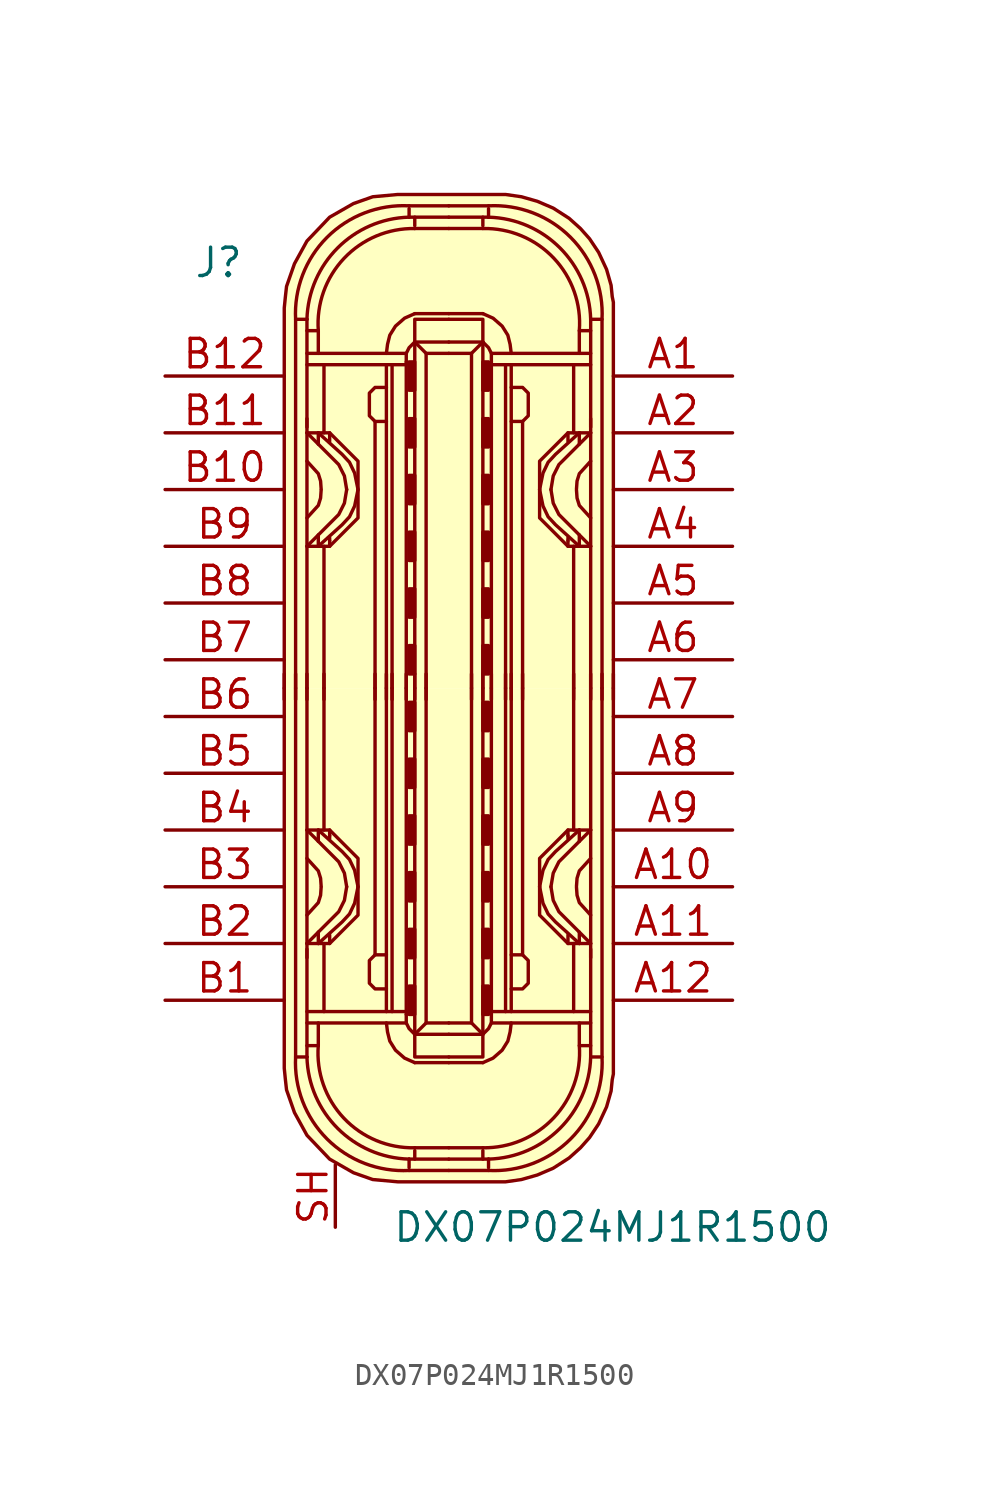
<source format=kicad_sym>
(kicad_symbol_lib
  (version 20211014)
  (generator kicad_symbol_editor)
  (symbol "DX07P024MJ1R1500"
    (pin_names
      (offset 1.016))
    (property "Reference" "J"
      (at -11.43 19.05 0)
      (effects (font (size 1.27 1.27)) (justify left)))
    (property "Value" "DX07P024MJ1R1500"
      (at -2.54 -24.13 0)
      (effects (font (size 1.27 1.27)) (justify left)))
    (symbol "DX07P024MJ1R1500_1_1"
      (arc (start -6.858 -16.51) (mid -5.4492 -20.1812) (end -1.778 -21.59) (stroke (width 0) (type default) (color 0 0 0 0)) (fill (type none)))
      (arc (start -6.35 -16.51) (mid -4.9749 -19.7069) (end -1.778 -21.082) (stroke (width 0) (type default) (color 0 0 0 0)) (fill (type none)))
      (arc (start -5.842 -16.002) (mid -4.6972 -19.2495) (end -1.524 -20.574) (stroke (width 0) (type default) (color 0 0 0 0)) (fill (type none)))
      (rectangle (start -1.778 -14.605) (end -1.524 -13.335) (stroke (width 0) (type default) (color 0 0 0 0)) (fill (type outline)))
      (rectangle (start -1.778 -12.065) (end -1.524 -10.795) (stroke (width 0) (type default) (color 0 0 0 0)) (fill (type outline)))
      (rectangle (start -1.778 -9.525) (end -1.524 -8.255) (stroke (width 0) (type default) (color 0 0 0 0)) (fill (type outline)))
      (rectangle (start -1.778 -6.985) (end -1.524 -5.715) (stroke (width 0) (type default) (color 0 0 0 0)) (fill (type outline)))
      (rectangle (start -1.778 -4.445) (end -1.524 -3.175) (stroke (width 0) (type default) (color 0 0 0 0)) (fill (type outline)))
      (rectangle (start -1.778 -1.905) (end -1.524 -0.635) (stroke (width 0) (type default) (color 0 0 0 0)) (fill (type outline)))
      (rectangle (start -1.778 1.905) (end -1.524 0.635) (stroke (width 0) (type default) (color 0 0 0 0)) (fill (type outline)))
      (rectangle (start -1.778 4.445) (end -1.524 3.175) (stroke (width 0) (type default) (color 0 0 0 0)) (fill (type outline)))
      (rectangle (start -1.778 6.985) (end -1.524 5.715) (stroke (width 0) (type default) (color 0 0 0 0)) (fill (type outline)))
      (rectangle (start -1.778 9.525) (end -1.524 8.255) (stroke (width 0) (type default) (color 0 0 0 0)) (fill (type outline)))
      (rectangle (start -1.778 12.065) (end -1.524 10.795) (stroke (width 0) (type default) (color 0 0 0 0)) (fill (type outline)))
      (rectangle (start -1.778 14.605) (end -1.524 13.335) (stroke (width 0) (type default) (color 0 0 0 0)) (fill (type outline)))
      (arc (start -1.778 21.082) (mid -4.9749 19.7069) (end -6.35 16.51) (stroke (width 0) (type default) (color 0 0 0 0)) (fill (type none)))
      (arc (start -1.778 21.59) (mid -5.4492 20.1812) (end -6.858 16.51) (stroke (width 0) (type default) (color 0 0 0 0)) (fill (type none)))
      (arc (start -1.524 20.574) (mid -4.6883 19.2412) (end -5.842 16.002) (stroke (width 0) (type default) (color 0 0 0 0)) (fill (type none)))
      (polyline (pts (xy -7.366 -0.508) (xy -7.366 0.635)) (stroke (width 0) (type default) (color 0 0 0 0)) (fill (type none)))
      (polyline (pts (xy -6.858 -0.508) (xy -6.858 0.635)) (stroke (width 0) (type default) (color 0 0 0 0)) (fill (type none)))
      (polyline (pts (xy -6.35 -14.986) (xy -1.905 -14.986)) (stroke (width 0) (type default) (color 0 0 0 0)) (fill (type none)))
      (polyline (pts (xy -6.35 -12.065) (xy -6.35 0)) (stroke (width 0) (type default) (color 0 0 0 0)) (fill (type none)))
      (polyline (pts (xy -6.35 -0.508) (xy -6.35 0.635)) (stroke (width 0) (type default) (color 0 0 0 0)) (fill (type none)))
      (polyline (pts (xy -6.35 12.065) (xy -6.35 0)) (stroke (width 0) (type default) (color 0 0 0 0)) (fill (type none)))
      (polyline (pts (xy -6.35 14.986) (xy -1.905 14.986)) (stroke (width 0) (type default) (color 0 0 0 0)) (fill (type none)))
      (polyline (pts (xy -5.842 -11.43) (xy -5.842 -10.922)) (stroke (width 0) (type default) (color 0 0 0 0)) (fill (type none)))
      (polyline (pts (xy -5.842 -6.35) (xy -5.842 -6.858)) (stroke (width 0) (type default) (color 0 0 0 0)) (fill (type none)))
      (polyline (pts (xy -5.842 6.35) (xy -5.842 6.858)) (stroke (width 0) (type default) (color 0 0 0 0)) (fill (type none)))
      (polyline (pts (xy -5.842 11.43) (xy -5.842 10.922)) (stroke (width 0) (type default) (color 0 0 0 0)) (fill (type none)))
      (polyline (pts (xy -5.588 -14.478) (xy -5.588 -11.43)) (stroke (width 0) (type default) (color 0 0 0 0)) (fill (type none)))
      (polyline (pts (xy -5.588 -6.35) (xy -5.588 0)) (stroke (width 0) (type default) (color 0 0 0 0)) (fill (type none)))
      (polyline (pts (xy -5.588 -0.508) (xy -5.588 0.635)) (stroke (width 0) (type default) (color 0 0 0 0)) (fill (type none)))
      (polyline (pts (xy -5.588 6.35) (xy -5.588 0)) (stroke (width 0) (type default) (color 0 0 0 0)) (fill (type none)))
      (polyline (pts (xy -5.588 14.478) (xy -5.588 11.43)) (stroke (width 0) (type default) (color 0 0 0 0)) (fill (type none)))
      (polyline (pts (xy -5.334 -11.43) (xy -5.334 -11.049)) (stroke (width 0) (type default) (color 0 0 0 0)) (fill (type none)))
      (polyline (pts (xy -5.334 -6.604) (xy -5.334 -6.731)) (stroke (width 0) (type default) (color 0 0 0 0)) (fill (type none)))
      (polyline (pts (xy -5.334 -6.35) (xy -5.334 -6.604)) (stroke (width 0) (type default) (color 0 0 0 0)) (fill (type none)))
      (polyline (pts (xy -5.334 6.35) (xy -5.334 6.604)) (stroke (width 0) (type default) (color 0 0 0 0)) (fill (type none)))
      (polyline (pts (xy -5.334 6.604) (xy -5.334 6.731)) (stroke (width 0) (type default) (color 0 0 0 0)) (fill (type none)))
      (polyline (pts (xy -5.334 11.43) (xy -5.334 11.049)) (stroke (width 0) (type default) (color 0 0 0 0)) (fill (type none)))
      (polyline (pts (xy -3.302 -0.508) (xy -3.302 0.635)) (stroke (width 0) (type default) (color 0 0 0 0)) (fill (type none)))
      (polyline (pts (xy -3.302 0) (xy -3.302 -11.938)) (stroke (width 0) (type default) (color 0 0 0 0)) (fill (type none)))
      (polyline (pts (xy -3.302 0) (xy -3.302 11.938)) (stroke (width 0) (type default) (color 0 0 0 0)) (fill (type none)))
      (polyline (pts (xy -2.794 -0.508) (xy -2.794 0.635)) (stroke (width 0) (type default) (color 0 0 0 0)) (fill (type none)))
      (polyline (pts (xy -2.794 0) (xy -2.794 -14.478)) (stroke (width 0) (type default) (color 0 0 0 0)) (fill (type none)))
      (polyline (pts (xy -2.794 0) (xy -2.794 14.478)) (stroke (width 0) (type default) (color 0 0 0 0)) (fill (type none)))
      (polyline (pts (xy -2.54 -14.478) (xy -2.54 0)) (stroke (width 0) (type default) (color 0 0 0 0)) (fill (type none)))
      (polyline (pts (xy -2.54 -0.508) (xy -2.54 0.635)) (stroke (width 0) (type default) (color 0 0 0 0)) (fill (type none)))
      (polyline (pts (xy -2.54 14.478) (xy -2.54 0)) (stroke (width 0) (type default) (color 0 0 0 0)) (fill (type none)))
      (polyline (pts (xy -1.905 -14.478) (xy -6.35 -14.478)) (stroke (width 0) (type default) (color 0 0 0 0)) (fill (type none)))
      (polyline (pts (xy -1.905 -0.508) (xy -1.905 0.635)) (stroke (width 0) (type default) (color 0 0 0 0)) (fill (type none)))
      (polyline (pts (xy -1.905 0) (xy -1.905 -14.605)) (stroke (width 0) (type default) (color 0 0 0 0)) (fill (type none)))
      (polyline (pts (xy -1.905 0) (xy -1.905 14.605)) (stroke (width 0) (type default) (color 0 0 0 0)) (fill (type none)))
      (polyline (pts (xy -1.905 14.478) (xy -6.35 14.478)) (stroke (width 0) (type default) (color 0 0 0 0)) (fill (type none)))
      (polyline (pts (xy -1.778 -21.59) (xy 0 -21.59)) (stroke (width 0) (type default) (color 0 0 0 0)) (fill (type background)))
      (polyline (pts (xy -1.778 -21.082) (xy -1.778 -21.463)) (stroke (width 0) (type default) (color 0 0 0 0)) (fill (type none)))
      (polyline (pts (xy -1.778 -21.082) (xy 0 -21.082)) (stroke (width 0) (type default) (color 0 0 0 0)) (fill (type none)))
      (polyline (pts (xy -1.778 21.082) (xy -1.778 21.463)) (stroke (width 0) (type default) (color 0 0 0 0)) (fill (type none)))
      (polyline (pts (xy -1.778 21.082) (xy 0 21.082)) (stroke (width 0) (type default) (color 0 0 0 0)) (fill (type none)))
      (polyline (pts (xy -1.778 21.59) (xy 0 21.59)) (stroke (width 0) (type default) (color 0 0 0 0)) (fill (type background)))
      (polyline (pts (xy -1.524 -20.701) (xy -1.524 -21.082)) (stroke (width 0) (type default) (color 0 0 0 0)) (fill (type none)))
      (polyline (pts (xy -1.524 -20.574) (xy 0 -20.574)) (stroke (width 0) (type default) (color 0 0 0 0)) (fill (type none)))
      (polyline (pts (xy -1.524 -0.508) (xy -1.524 0.635)) (stroke (width 0) (type default) (color 0 0 0 0)) (fill (type none)))
      (polyline (pts (xy -1.524 20.574) (xy 0 20.574)) (stroke (width 0) (type default) (color 0 0 0 0)) (fill (type none)))
      (polyline (pts (xy -1.524 20.701) (xy -1.524 21.082)) (stroke (width 0) (type default) (color 0 0 0 0)) (fill (type none)))
      (polyline (pts (xy -1.016 -14.986) (xy -1.524 -15.494)) (stroke (width 0) (type default) (color 0 0 0 0)) (fill (type none)))
      (polyline (pts (xy -1.016 -0.508) (xy -1.016 0.635)) (stroke (width 0) (type default) (color 0 0 0 0)) (fill (type none)))
      (polyline (pts (xy -1.016 14.986) (xy -1.524 15.494)) (stroke (width 0) (type default) (color 0 0 0 0)) (fill (type none)))
      (polyline (pts (xy 0 -16.764) (xy -1.524 -16.764)) (stroke (width 0) (type default) (color 0 0 0 0)) (fill (type none)))
      (polyline (pts (xy 0 -16.764) (xy 1.524 -16.764)) (stroke (width 0) (type default) (color 0 0 0 0)) (fill (type none)))
      (polyline (pts (xy 0 16.764) (xy -1.524 16.764)) (stroke (width 0) (type default) (color 0 0 0 0)) (fill (type none)))
      (polyline (pts (xy 0 16.764) (xy 1.524 16.764)) (stroke (width 0) (type default) (color 0 0 0 0)) (fill (type none)))
      (polyline (pts (xy 1.016 -14.986) (xy 1.524 -15.494)) (stroke (width 0) (type default) (color 0 0 0 0)) (fill (type none)))
      (polyline (pts (xy 1.016 -0.508) (xy 1.016 0.635)) (stroke (width 0) (type default) (color 0 0 0 0)) (fill (type none)))
      (polyline (pts (xy 1.016 14.986) (xy 1.524 15.494)) (stroke (width 0) (type default) (color 0 0 0 0)) (fill (type none)))
      (polyline (pts (xy 1.524 -20.701) (xy 1.524 -21.082)) (stroke (width 0) (type default) (color 0 0 0 0)) (fill (type none)))
      (polyline (pts (xy 1.524 -20.574) (xy 0 -20.574)) (stroke (width 0) (type default) (color 0 0 0 0)) (fill (type none)))
      (polyline (pts (xy 1.524 -0.508) (xy 1.524 0.635)) (stroke (width 0) (type default) (color 0 0 0 0)) (fill (type none)))
      (polyline (pts (xy 1.524 20.574) (xy 0 20.574)) (stroke (width 0) (type default) (color 0 0 0 0)) (fill (type none)))
      (polyline (pts (xy 1.524 20.701) (xy 1.524 21.082)) (stroke (width 0) (type default) (color 0 0 0 0)) (fill (type none)))
      (polyline (pts (xy 1.778 -21.59) (xy 0 -21.59)) (stroke (width 0) (type default) (color 0 0 0 0)) (fill (type background)))
      (polyline (pts (xy 1.778 -21.082) (xy 0 -21.082)) (stroke (width 0) (type default) (color 0 0 0 0)) (fill (type none)))
      (polyline (pts (xy 1.778 -21.082) (xy 1.778 -21.463)) (stroke (width 0) (type default) (color 0 0 0 0)) (fill (type none)))
      (polyline (pts (xy 1.778 21.082) (xy 0 21.082)) (stroke (width 0) (type default) (color 0 0 0 0)) (fill (type none)))
      (polyline (pts (xy 1.778 21.082) (xy 1.778 21.463)) (stroke (width 0) (type default) (color 0 0 0 0)) (fill (type none)))
      (polyline (pts (xy 1.778 21.59) (xy 0 21.59)) (stroke (width 0) (type default) (color 0 0 0 0)) (fill (type background)))
      (polyline (pts (xy 1.905 -14.478) (xy 6.35 -14.478)) (stroke (width 0) (type default) (color 0 0 0 0)) (fill (type none)))
      (polyline (pts (xy 1.905 -0.508) (xy 1.905 0.635)) (stroke (width 0) (type default) (color 0 0 0 0)) (fill (type none)))
      (polyline (pts (xy 1.905 0) (xy 1.905 -14.605)) (stroke (width 0) (type default) (color 0 0 0 0)) (fill (type none)))
      (polyline (pts (xy 1.905 0) (xy 1.905 14.605)) (stroke (width 0) (type default) (color 0 0 0 0)) (fill (type none)))
      (polyline (pts (xy 1.905 14.478) (xy 6.35 14.478)) (stroke (width 0) (type default) (color 0 0 0 0)) (fill (type none)))
      (polyline (pts (xy 2.54 -14.478) (xy 2.54 0)) (stroke (width 0) (type default) (color 0 0 0 0)) (fill (type none)))
      (polyline (pts (xy 2.54 -0.508) (xy 2.54 0.635)) (stroke (width 0) (type default) (color 0 0 0 0)) (fill (type none)))
      (polyline (pts (xy 2.54 14.478) (xy 2.54 0)) (stroke (width 0) (type default) (color 0 0 0 0)) (fill (type none)))
      (polyline (pts (xy 2.794 -0.508) (xy 2.794 0.635)) (stroke (width 0) (type default) (color 0 0 0 0)) (fill (type none)))
      (polyline (pts (xy 2.794 0) (xy 2.794 -14.478)) (stroke (width 0) (type default) (color 0 0 0 0)) (fill (type none)))
      (polyline (pts (xy 2.794 0) (xy 2.794 14.478)) (stroke (width 0) (type default) (color 0 0 0 0)) (fill (type none)))
      (polyline (pts (xy 3.302 -0.508) (xy 3.302 0.635)) (stroke (width 0) (type default) (color 0 0 0 0)) (fill (type none)))
      (polyline (pts (xy 3.302 0) (xy 3.302 -11.938)) (stroke (width 0) (type default) (color 0 0 0 0)) (fill (type none)))
      (polyline (pts (xy 3.302 0) (xy 3.302 11.938)) (stroke (width 0) (type default) (color 0 0 0 0)) (fill (type none)))
      (polyline (pts (xy 5.334 -11.43) (xy 5.334 -11.049)) (stroke (width 0) (type default) (color 0 0 0 0)) (fill (type none)))
      (polyline (pts (xy 5.334 -6.604) (xy 5.334 -6.731)) (stroke (width 0) (type default) (color 0 0 0 0)) (fill (type none)))
      (polyline (pts (xy 5.334 -6.35) (xy 5.334 -6.604)) (stroke (width 0) (type default) (color 0 0 0 0)) (fill (type none)))
      (polyline (pts (xy 5.334 6.35) (xy 5.334 6.604)) (stroke (width 0) (type default) (color 0 0 0 0)) (fill (type none)))
      (polyline (pts (xy 5.334 6.604) (xy 5.334 6.731)) (stroke (width 0) (type default) (color 0 0 0 0)) (fill (type none)))
      (polyline (pts (xy 5.334 11.43) (xy 5.334 11.049)) (stroke (width 0) (type default) (color 0 0 0 0)) (fill (type none)))
      (polyline (pts (xy 5.588 -14.478) (xy 5.588 -11.43)) (stroke (width 0) (type default) (color 0 0 0 0)) (fill (type none)))
      (polyline (pts (xy 5.588 -6.35) (xy 5.588 0)) (stroke (width 0) (type default) (color 0 0 0 0)) (fill (type none)))
      (polyline (pts (xy 5.588 -0.508) (xy 5.588 0.635)) (stroke (width 0) (type default) (color 0 0 0 0)) (fill (type none)))
      (polyline (pts (xy 5.588 6.35) (xy 5.588 0)) (stroke (width 0) (type default) (color 0 0 0 0)) (fill (type none)))
      (polyline (pts (xy 5.588 14.478) (xy 5.588 11.43)) (stroke (width 0) (type default) (color 0 0 0 0)) (fill (type none)))
      (polyline (pts (xy 5.842 -11.43) (xy 5.842 -10.922)) (stroke (width 0) (type default) (color 0 0 0 0)) (fill (type none)))
      (polyline (pts (xy 5.842 -6.35) (xy 5.842 -6.858)) (stroke (width 0) (type default) (color 0 0 0 0)) (fill (type none)))
      (polyline (pts (xy 5.842 6.35) (xy 5.842 6.858)) (stroke (width 0) (type default) (color 0 0 0 0)) (fill (type none)))
      (polyline (pts (xy 5.842 11.43) (xy 5.842 10.922)) (stroke (width 0) (type default) (color 0 0 0 0)) (fill (type none)))
      (polyline (pts (xy 6.35 -14.986) (xy 1.905 -14.986)) (stroke (width 0) (type default) (color 0 0 0 0)) (fill (type none)))
      (polyline (pts (xy 6.35 -12.065) (xy 6.35 0)) (stroke (width 0) (type default) (color 0 0 0 0)) (fill (type none)))
      (polyline (pts (xy 6.35 -0.508) (xy 6.35 0.635)) (stroke (width 0) (type default) (color 0 0 0 0)) (fill (type none)))
      (polyline (pts (xy 6.35 12.065) (xy 6.35 0)) (stroke (width 0) (type default) (color 0 0 0 0)) (fill (type none)))
      (polyline (pts (xy 6.35 14.986) (xy 1.905 14.986)) (stroke (width 0) (type default) (color 0 0 0 0)) (fill (type none)))
      (polyline (pts (xy 6.858 -0.508) (xy 6.858 0.635)) (stroke (width 0) (type default) (color 0 0 0 0)) (fill (type none)))
      (polyline (pts (xy 7.366 -0.508) (xy 7.366 0.635)) (stroke (width 0) (type default) (color 0 0 0 0)) (fill (type none)))
      (polyline (pts (xy -6.35 -16.51) (xy -6.858 -16.51) (xy -6.858 0)) (stroke (width 0) (type default) (color 0 0 0 0)) (fill (type none)))
      (polyline (pts (xy -6.35 -11.684) (xy -6.35 -15.875) (xy -6.35 -16.51)) (stroke (width 0) (type default) (color 0 0 0 0)) (fill (type none)))
      (polyline (pts (xy -6.35 11.684) (xy -6.35 15.875) (xy -6.35 16.51)) (stroke (width 0) (type default) (color 0 0 0 0)) (fill (type none)))
      (polyline (pts (xy -6.35 16.51) (xy -6.858 16.51) (xy -6.858 0)) (stroke (width 0) (type default) (color 0 0 0 0)) (fill (type none)))
      (polyline (pts (xy -5.842 -14.986) (xy -5.842 -16.002) (xy -6.35 -16.002)) (stroke (width 0) (type default) (color 0 0 0 0)) (fill (type none)))
      (polyline (pts (xy -5.842 14.986) (xy -5.842 16.002) (xy -6.35 16.002)) (stroke (width 0) (type default) (color 0 0 0 0)) (fill (type none)))
      (polyline (pts (xy -1.524 0) (xy -1.524 -15.494) (xy 0 -15.494)) (stroke (width 0) (type default) (color 0 0 0 0)) (fill (type none)))
      (polyline (pts (xy -1.524 0) (xy -1.524 15.494) (xy 0 15.494)) (stroke (width 0) (type default) (color 0 0 0 0)) (fill (type none)))
      (polyline (pts (xy -1.016 0) (xy -1.016 -14.986) (xy 0 -14.986)) (stroke (width 0) (type default) (color 0 0 0 0)) (fill (type none)))
      (polyline (pts (xy -1.016 0) (xy -1.016 14.986) (xy 0 14.986)) (stroke (width 0) (type default) (color 0 0 0 0)) (fill (type none)))
      (polyline (pts (xy 1.016 0) (xy 1.016 -14.986) (xy 0 -14.986)) (stroke (width 0) (type default) (color 0 0 0 0)) (fill (type none)))
      (polyline (pts (xy 1.016 0) (xy 1.016 14.986) (xy 0 14.986)) (stroke (width 0) (type default) (color 0 0 0 0)) (fill (type none)))
      (polyline (pts (xy 1.524 0) (xy 1.524 -15.494) (xy 0 -15.494)) (stroke (width 0) (type default) (color 0 0 0 0)) (fill (type none)))
      (polyline (pts (xy 1.524 0) (xy 1.524 15.494) (xy 0 15.494)) (stroke (width 0) (type default) (color 0 0 0 0)) (fill (type none)))
      (polyline (pts (xy 5.842 -14.986) (xy 5.842 -16.002) (xy 6.35 -16.002)) (stroke (width 0) (type default) (color 0 0 0 0)) (fill (type none)))
      (polyline (pts (xy 5.842 14.986) (xy 5.842 16.002) (xy 6.35 16.002)) (stroke (width 0) (type default) (color 0 0 0 0)) (fill (type none)))
      (polyline (pts (xy 6.35 -16.51) (xy 6.858 -16.51) (xy 6.858 0)) (stroke (width 0) (type default) (color 0 0 0 0)) (fill (type none)))
      (polyline (pts (xy 6.35 -11.684) (xy 6.35 -15.875) (xy 6.35 -16.51)) (stroke (width 0) (type default) (color 0 0 0 0)) (fill (type none)))
      (polyline (pts (xy 6.35 11.684) (xy 6.35 15.875) (xy 6.35 16.51)) (stroke (width 0) (type default) (color 0 0 0 0)) (fill (type none)))
      (polyline (pts (xy 6.35 16.51) (xy 6.858 16.51) (xy 6.858 0)) (stroke (width 0) (type default) (color 0 0 0 0)) (fill (type none)))
      (polyline (pts (xy -6.35 -11.43) (xy -4.928 -10.008) (xy -4.674 -9.5) (xy -4.572 -8.89)) (stroke (width 0) (type default) (color 0 0 0 0)) (fill (type none)))
      (polyline (pts (xy -6.35 -10.16) (xy -5.842 -9.601) (xy -5.74 -9.271) (xy -5.715 -8.915)) (stroke (width 0) (type default) (color 0 0 0 0)) (fill (type none)))
      (polyline (pts (xy -6.35 -7.62) (xy -5.842 -8.179) (xy -5.74 -8.509) (xy -5.715 -8.865)) (stroke (width 0) (type default) (color 0 0 0 0)) (fill (type none)))
      (polyline (pts (xy -6.35 -6.35) (xy -4.928 -7.772) (xy -4.674 -8.28) (xy -4.572 -8.89)) (stroke (width 0) (type default) (color 0 0 0 0)) (fill (type none)))
      (polyline (pts (xy -6.35 6.35) (xy -4.928 7.772) (xy -4.674 8.28) (xy -4.572 8.89)) (stroke (width 0) (type default) (color 0 0 0 0)) (fill (type none)))
      (polyline (pts (xy -6.35 7.62) (xy -5.842 8.179) (xy -5.74 8.509) (xy -5.715 8.865)) (stroke (width 0) (type default) (color 0 0 0 0)) (fill (type none)))
      (polyline (pts (xy -6.35 10.16) (xy -5.842 9.601) (xy -5.74 9.271) (xy -5.715 8.915)) (stroke (width 0) (type default) (color 0 0 0 0)) (fill (type none)))
      (polyline (pts (xy -6.35 11.43) (xy -4.928 10.008) (xy -4.674 9.5) (xy -4.572 8.89)) (stroke (width 0) (type default) (color 0 0 0 0)) (fill (type none)))
      (polyline (pts (xy -1.905 -14.605) (xy -1.905 -14.986) (xy -1.778 -15.24) (xy -1.524 -15.494)) (stroke (width 0) (type default) (color 0 0 0 0)) (fill (type none)))
      (polyline (pts (xy -1.905 14.605) (xy -1.905 14.986) (xy -1.778 15.24) (xy -1.524 15.494)) (stroke (width 0) (type default) (color 0 0 0 0)) (fill (type none)))
      (polyline (pts (xy 0 -16.51) (xy -1.397 -16.51) (xy -1.524 -16.51) (xy -1.524 -15.494)) (stroke (width 0) (type default) (color 0 0 0 0)) (fill (type none)))
      (polyline (pts (xy 0 -16.51) (xy 1.397 -16.51) (xy 1.524 -16.51) (xy 1.524 -15.494)) (stroke (width 0) (type default) (color 0 0 0 0)) (fill (type none)))
      (polyline (pts (xy 0 16.51) (xy -1.397 16.51) (xy -1.524 16.51) (xy -1.524 15.494)) (stroke (width 0) (type default) (color 0 0 0 0)) (fill (type none)))
      (polyline (pts (xy 0 16.51) (xy 1.397 16.51) (xy 1.524 16.51) (xy 1.524 15.494)) (stroke (width 0) (type default) (color 0 0 0 0)) (fill (type none)))
      (polyline (pts (xy 1.905 -14.605) (xy 1.905 -14.986) (xy 1.778 -15.24) (xy 1.524 -15.494)) (stroke (width 0) (type default) (color 0 0 0 0)) (fill (type none)))
      (polyline (pts (xy 1.905 14.605) (xy 1.905 14.986) (xy 1.778 15.24) (xy 1.524 15.494)) (stroke (width 0) (type default) (color 0 0 0 0)) (fill (type none)))
      (polyline (pts (xy 6.35 -11.43) (xy 4.928 -10.008) (xy 4.674 -9.5) (xy 4.572 -8.89)) (stroke (width 0) (type default) (color 0 0 0 0)) (fill (type none)))
      (polyline (pts (xy 6.35 -10.16) (xy 5.842 -9.601) (xy 5.74 -9.271) (xy 5.715 -8.915)) (stroke (width 0) (type default) (color 0 0 0 0)) (fill (type none)))
      (polyline (pts (xy 6.35 -7.62) (xy 5.842 -8.179) (xy 5.74 -8.509) (xy 5.715 -8.865)) (stroke (width 0) (type default) (color 0 0 0 0)) (fill (type none)))
      (polyline (pts (xy 6.35 -6.35) (xy 4.928 -7.772) (xy 4.674 -8.28) (xy 4.572 -8.89)) (stroke (width 0) (type default) (color 0 0 0 0)) (fill (type none)))
      (polyline (pts (xy 6.35 6.35) (xy 4.928 7.772) (xy 4.674 8.28) (xy 4.572 8.89)) (stroke (width 0) (type default) (color 0 0 0 0)) (fill (type none)))
      (polyline (pts (xy 6.35 7.62) (xy 5.842 8.179) (xy 5.74 8.509) (xy 5.715 8.865)) (stroke (width 0) (type default) (color 0 0 0 0)) (fill (type none)))
      (polyline (pts (xy 6.35 10.16) (xy 5.842 9.601) (xy 5.74 9.271) (xy 5.715 8.915)) (stroke (width 0) (type default) (color 0 0 0 0)) (fill (type none)))
      (polyline (pts (xy 6.35 11.43) (xy 4.928 10.008) (xy 4.674 9.5) (xy 4.572 8.89)) (stroke (width 0) (type default) (color 0 0 0 0)) (fill (type none)))
      (polyline (pts (xy -5.842 -11.43) (xy -4.775 -10.465) (xy -4.445 -10.109) (xy -4.216 -9.627) (xy -4.064 -8.89)) (stroke (width 0) (type default) (color 0 0 0 0)) (fill (type none)))
      (polyline (pts (xy -5.842 -6.35) (xy -4.775 -7.315) (xy -4.445 -7.671) (xy -4.216 -8.153) (xy -4.064 -8.89)) (stroke (width 0) (type default) (color 0 0 0 0)) (fill (type none)))
      (polyline (pts (xy -5.842 6.35) (xy -4.775 7.315) (xy -4.445 7.671) (xy -4.216 8.153) (xy -4.064 8.89)) (stroke (width 0) (type default) (color 0 0 0 0)) (fill (type none)))
      (polyline (pts (xy -5.842 11.43) (xy -4.775 10.465) (xy -4.445 10.109) (xy -4.216 9.627) (xy -4.064 8.89)) (stroke (width 0) (type default) (color 0 0 0 0)) (fill (type none)))
      (polyline (pts (xy 5.842 -11.43) (xy 4.775 -10.465) (xy 4.445 -10.109) (xy 4.216 -9.627) (xy 4.064 -8.89)) (stroke (width 0) (type default) (color 0 0 0 0)) (fill (type none)))
      (polyline (pts (xy 5.842 -6.35) (xy 4.775 -7.315) (xy 4.445 -7.671) (xy 4.216 -8.153) (xy 4.064 -8.89)) (stroke (width 0) (type default) (color 0 0 0 0)) (fill (type none)))
      (polyline (pts (xy 5.842 6.35) (xy 4.775 7.315) (xy 4.445 7.671) (xy 4.216 8.153) (xy 4.064 8.89)) (stroke (width 0) (type default) (color 0 0 0 0)) (fill (type none)))
      (polyline (pts (xy 5.842 11.43) (xy 4.775 10.465) (xy 4.445 10.109) (xy 4.216 9.627) (xy 4.064 8.89)) (stroke (width 0) (type default) (color 0 0 0 0)) (fill (type none)))
      (polyline (pts (xy -6.35 -11.43) (xy -5.334 -11.43) (xy -4.064 -10.16) (xy -4.064 -7.62) (xy -5.334 -6.35) (xy -6.35 -6.35)) (stroke (width 0) (type default) (color 0 0 0 0)) (fill (type none)))
      (polyline (pts (xy -6.35 11.43) (xy -5.334 11.43) (xy -4.064 10.16) (xy -4.064 7.62) (xy -5.334 6.35) (xy -6.35 6.35)) (stroke (width 0) (type default) (color 0 0 0 0)) (fill (type none)))
      (polyline (pts (xy -2.794 -14.986) (xy -2.743 -15.392) (xy -2.642 -15.799) (xy -2.388 -16.205) (xy -1.981 -16.561) (xy -1.524 -16.764)) (stroke (width 0) (type default) (color 0 0 0 0)) (fill (type none)))
      (polyline (pts (xy -2.794 -13.462) (xy -3.302 -13.462) (xy -3.556 -13.208) (xy -3.556 -12.192) (xy -3.302 -11.938) (xy -2.794 -11.938)) (stroke (width 0) (type default) (color 0 0 0 0)) (fill (type none)))
      (polyline (pts (xy -2.794 13.462) (xy -3.302 13.462) (xy -3.556 13.208) (xy -3.556 12.192) (xy -3.302 11.938) (xy -2.794 11.938)) (stroke (width 0) (type default) (color 0 0 0 0)) (fill (type none)))
      (polyline (pts (xy -2.794 14.986) (xy -2.743 15.392) (xy -2.642 15.799) (xy -2.388 16.205) (xy -1.981 16.561) (xy -1.524 16.764)) (stroke (width 0) (type default) (color 0 0 0 0)) (fill (type none)))
      (polyline (pts (xy 2.794 -14.986) (xy 2.743 -15.392) (xy 2.642 -15.799) (xy 2.388 -16.205) (xy 1.981 -16.561) (xy 1.524 -16.764)) (stroke (width 0) (type default) (color 0 0 0 0)) (fill (type none)))
      (polyline (pts (xy 2.794 -13.462) (xy 3.302 -13.462) (xy 3.556 -13.208) (xy 3.556 -12.192) (xy 3.302 -11.938) (xy 2.794 -11.938)) (stroke (width 0) (type default) (color 0 0 0 0)) (fill (type none)))
      (polyline (pts (xy 2.794 13.462) (xy 3.302 13.462) (xy 3.556 13.208) (xy 3.556 12.192) (xy 3.302 11.938) (xy 2.794 11.938)) (stroke (width 0) (type default) (color 0 0 0 0)) (fill (type none)))
      (polyline (pts (xy 2.794 14.986) (xy 2.743 15.392) (xy 2.642 15.799) (xy 2.388 16.205) (xy 1.981 16.561) (xy 1.524 16.764)) (stroke (width 0) (type default) (color 0 0 0 0)) (fill (type none)))
      (polyline (pts (xy 6.35 -11.43) (xy 5.334 -11.43) (xy 4.064 -10.16) (xy 4.064 -7.62) (xy 5.334 -6.35) (xy 6.35 -6.35)) (stroke (width 0) (type default) (color 0 0 0 0)) (fill (type none)))
      (polyline (pts (xy 6.35 11.43) (xy 5.334 11.43) (xy 4.064 10.16) (xy 4.064 7.62) (xy 5.334 6.35) (xy 6.35 6.35)) (stroke (width 0) (type default) (color 0 0 0 0)) (fill (type none)))
      (polyline (pts (xy 7.366 0) (xy 7.366 -17.018) (xy 7.366 -17.272) (xy 7.315 -17.526) (xy 7.264 -18.034) (xy 7.061 -18.745) (xy 6.706 -19.507) (xy 6.299 -20.117) (xy 5.893 -20.574) (xy 5.385 -21.031) (xy 4.674 -21.488) (xy 3.962 -21.793) (xy 3.251 -21.996) (xy 2.54 -22.098) (xy -2.286 -22.098) (xy -3.404 -21.996) (xy -4.267 -21.692) (xy -5.334 -21.082) (xy -6.35 -20.015) (xy -6.909 -18.999) (xy -7.264 -17.983) (xy -7.315 -17.526) (xy -7.366 -17.018) (xy -7.366 0)) (stroke (width 0) (type default) (color 0 0 0 0)) (fill (type background)))
      (polyline (pts (xy 7.366 0) (xy 7.366 17.018) (xy 7.366 17.272) (xy 7.315 17.526) (xy 7.264 18.034) (xy 7.061 18.745) (xy 6.706 19.507) (xy 6.299 20.117) (xy 5.893 20.574) (xy 5.385 21.031) (xy 4.674 21.488) (xy 3.962 21.793) (xy 3.251 21.996) (xy 2.54 22.098) (xy -2.286 22.098) (xy -3.404 21.996) (xy -4.267 21.692) (xy -5.334 21.082) (xy -6.35 20.015) (xy -6.909 18.999) (xy -7.264 17.983) (xy -7.315 17.526) (xy -7.366 17.018) (xy -7.366 0)) (stroke (width 0) (type default) (color 0 0 0 0)) (fill (type background)))
      (arc (start 1.524 -20.574) (mid 4.6883 -19.2412) (end 5.842 -16.002) (stroke (width 0) (type default) (color 0 0 0 0)) (fill (type none)))
      (arc (start 1.778 -21.59) (mid 5.4492 -20.1812) (end 6.858 -16.51) (stroke (width 0) (type default) (color 0 0 0 0)) (fill (type none)))
      (arc (start 1.778 -21.082) (mid 4.9749 -19.7069) (end 6.35 -16.51) (stroke (width 0) (type default) (color 0 0 0 0)) (fill (type none)))
      (rectangle (start 1.778 -14.605) (end 1.524 -13.335) (stroke (width 0) (type default) (color 0 0 0 0)) (fill (type outline)))
      (rectangle (start 1.778 -12.065) (end 1.524 -10.795) (stroke (width 0) (type default) (color 0 0 0 0)) (fill (type outline)))
      (rectangle (start 1.778 -9.525) (end 1.524 -8.255) (stroke (width 0) (type default) (color 0 0 0 0)) (fill (type outline)))
      (rectangle (start 1.778 -6.985) (end 1.524 -5.715) (stroke (width 0) (type default) (color 0 0 0 0)) (fill (type outline)))
      (rectangle (start 1.778 -4.445) (end 1.524 -3.175) (stroke (width 0) (type default) (color 0 0 0 0)) (fill (type outline)))
      (rectangle (start 1.778 -1.905) (end 1.524 -0.635) (stroke (width 0) (type default) (color 0 0 0 0)) (fill (type outline)))
      (rectangle (start 1.778 1.905) (end 1.524 0.635) (stroke (width 0) (type default) (color 0 0 0 0)) (fill (type outline)))
      (rectangle (start 1.778 4.445) (end 1.524 3.175) (stroke (width 0) (type default) (color 0 0 0 0)) (fill (type outline)))
      (rectangle (start 1.778 6.985) (end 1.524 5.715) (stroke (width 0) (type default) (color 0 0 0 0)) (fill (type outline)))
      (rectangle (start 1.778 9.525) (end 1.524 8.255) (stroke (width 0) (type default) (color 0 0 0 0)) (fill (type outline)))
      (rectangle (start 1.778 12.065) (end 1.524 10.795) (stroke (width 0) (type default) (color 0 0 0 0)) (fill (type outline)))
      (rectangle (start 1.778 14.605) (end 1.524 13.335) (stroke (width 0) (type default) (color 0 0 0 0)) (fill (type outline)))
      (arc (start 5.842 16.002) (mid 4.6972 19.2495) (end 1.524 20.574) (stroke (width 0) (type default) (color 0 0 0 0)) (fill (type none)))
      (arc (start 6.35 16.51) (mid 4.9749 19.7069) (end 1.778 21.082) (stroke (width 0) (type default) (color 0 0 0 0)) (fill (type none)))
      (arc (start 6.858 16.51) (mid 5.4492 20.1812) (end 1.778 21.59) (stroke (width 0) (type default) (color 0 0 0 0)) (fill (type none)))
      (pin passive line (at 12.7 13.97 180) (length 5.334) (name "~" (effects (font (size 1.27 1.27)))) (number "A1" (effects (font (size 1.27 1.27)))))
      (pin passive line (at 12.7 -8.89 180) (length 5.334) (name "~" (effects (font (size 1.27 1.27)))) (number "A10" (effects (font (size 1.27 1.27)))))
      (pin passive line (at 12.7 -11.43 180) (length 5.334) (name "~" (effects (font (size 1.27 1.27)))) (number "A11" (effects (font (size 1.27 1.27)))))
      (pin passive line (at 12.7 -13.97 180) (length 5.334) (name "~" (effects (font (size 1.27 1.27)))) (number "A12" (effects (font (size 1.27 1.27)))))
      (pin passive line (at 12.7 11.43 180) (length 5.334) (name "~" (effects (font (size 1.27 1.27)))) (number "A2" (effects (font (size 1.27 1.27)))))
      (pin passive line (at 12.7 8.89 180) (length 5.334) (name "~" (effects (font (size 1.27 1.27)))) (number "A3" (effects (font (size 1.27 1.27)))))
      (pin passive line (at 12.7 6.35 180) (length 5.334) (name "~" (effects (font (size 1.27 1.27)))) (number "A4" (effects (font (size 1.27 1.27)))))
      (pin passive line (at 12.7 3.81 180) (length 5.334) (name "~" (effects (font (size 1.27 1.27)))) (number "A5" (effects (font (size 1.27 1.27)))))
      (pin passive line (at 12.7 1.27 180) (length 5.334) (name "~" (effects (font (size 1.27 1.27)))) (number "A6" (effects (font (size 1.27 1.27)))))
      (pin passive line (at 12.7 -1.27 180) (length 5.334) (name "~" (effects (font (size 1.27 1.27)))) (number "A7" (effects (font (size 1.27 1.27)))))
      (pin passive line (at 12.7 -3.81 180) (length 5.334) (name "~" (effects (font (size 1.27 1.27)))) (number "A8" (effects (font (size 1.27 1.27)))))
      (pin passive line (at 12.7 -6.35 180) (length 5.334) (name "~" (effects (font (size 1.27 1.27)))) (number "A9" (effects (font (size 1.27 1.27)))))
      (pin passive line (at -12.7 -13.97 0) (length 5.334) (name "~" (effects (font (size 1.27 1.27)))) (number "B1" (effects (font (size 1.27 1.27)))))
      (pin passive line (at -12.7 8.89 0) (length 5.334) (name "~" (effects (font (size 1.27 1.27)))) (number "B10" (effects (font (size 1.27 1.27)))))
      (pin passive line (at -12.7 11.43 0) (length 5.334) (name "~" (effects (font (size 1.27 1.27)))) (number "B11" (effects (font (size 1.27 1.27)))))
      (pin passive line (at -12.7 13.97 0) (length 5.334) (name "~" (effects (font (size 1.27 1.27)))) (number "B12" (effects (font (size 1.27 1.27)))))
      (pin passive line (at -12.7 -11.43 0) (length 5.334) (name "~" (effects (font (size 1.27 1.27)))) (number "B2" (effects (font (size 1.27 1.27)))))
      (pin passive line (at -12.7 -8.89 0) (length 5.334) (name "~" (effects (font (size 1.27 1.27)))) (number "B3" (effects (font (size 1.27 1.27)))))
      (pin passive line (at -12.7 -6.35 0) (length 5.334) (name "~" (effects (font (size 1.27 1.27)))) (number "B4" (effects (font (size 1.27 1.27)))))
      (pin passive line (at -12.7 -3.81 0) (length 5.334) (name "~" (effects (font (size 1.27 1.27)))) (number "B5" (effects (font (size 1.27 1.27)))))
      (pin passive line (at -12.7 -1.27 0) (length 5.334) (name "~" (effects (font (size 1.27 1.27)))) (number "B6" (effects (font (size 1.27 1.27)))))
      (pin passive line (at -12.7 1.27 0) (length 5.334) (name "~" (effects (font (size 1.27 1.27)))) (number "B7" (effects (font (size 1.27 1.27)))))
      (pin passive line (at -12.7 3.81 0) (length 5.334) (name "~" (effects (font (size 1.27 1.27)))) (number "B8" (effects (font (size 1.27 1.27)))))
      (pin passive line (at -12.7 6.35 0) (length 5.334) (name "~" (effects (font (size 1.27 1.27)))) (number "B9" (effects (font (size 1.27 1.27)))))
      (pin input line (at -5.08 -24.13 90) (length 2.794) (name "~" (effects (font (size 1.27 1.27)))) (number "SH" (effects (font (size 1.27 1.27))))))))
</source>
